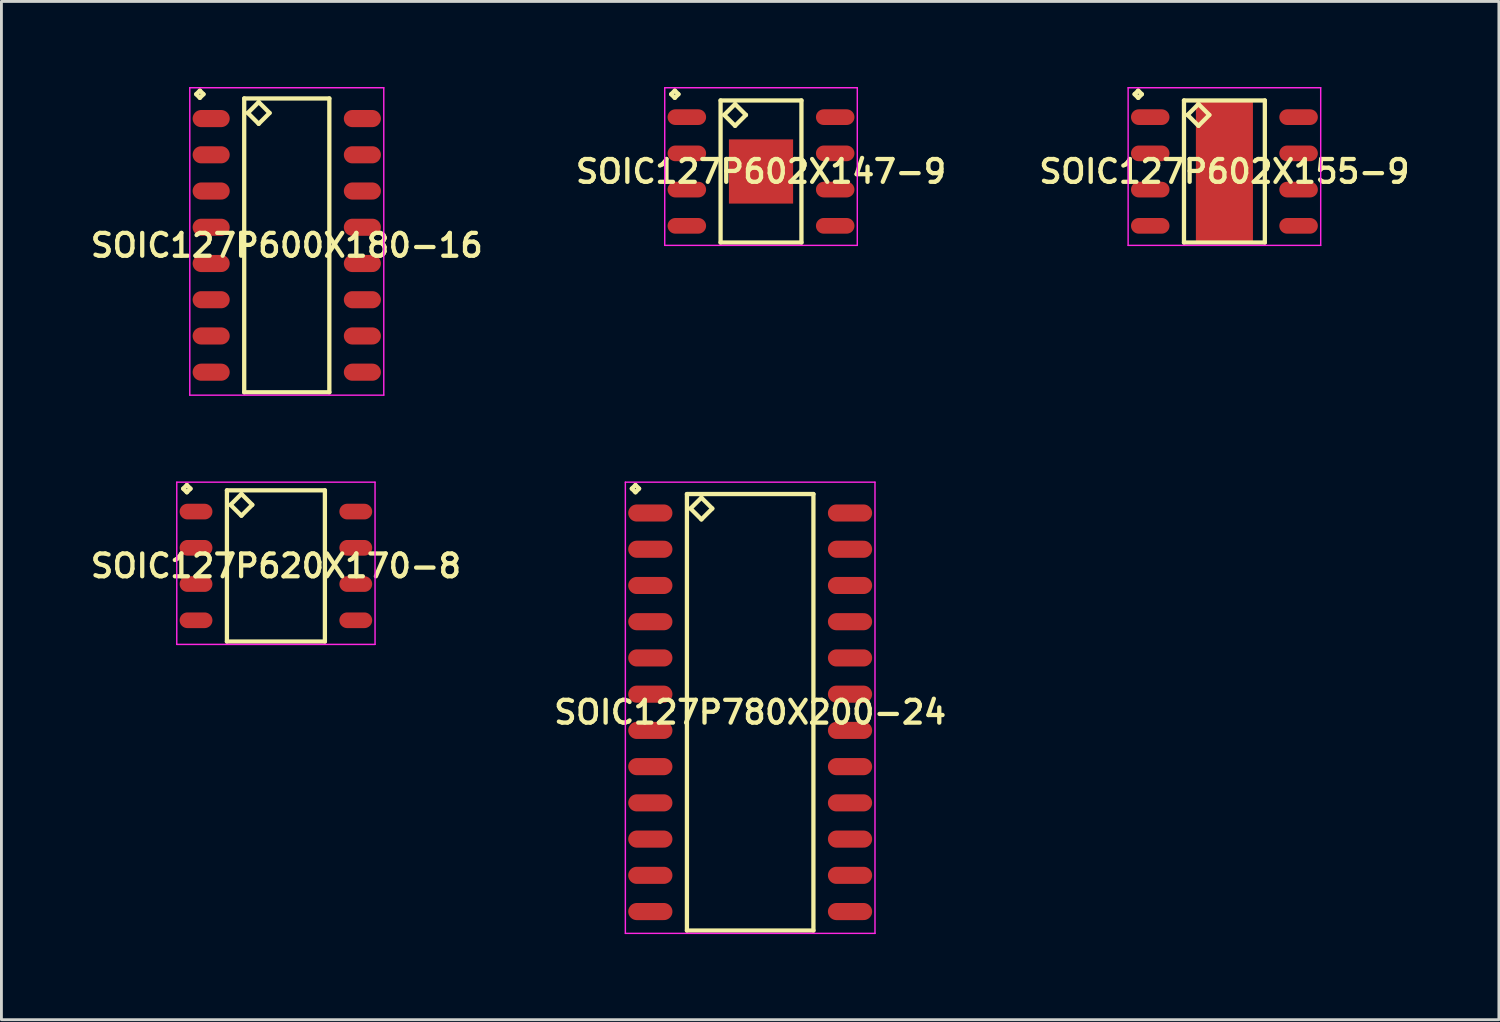
<source format=kicad_pcb>
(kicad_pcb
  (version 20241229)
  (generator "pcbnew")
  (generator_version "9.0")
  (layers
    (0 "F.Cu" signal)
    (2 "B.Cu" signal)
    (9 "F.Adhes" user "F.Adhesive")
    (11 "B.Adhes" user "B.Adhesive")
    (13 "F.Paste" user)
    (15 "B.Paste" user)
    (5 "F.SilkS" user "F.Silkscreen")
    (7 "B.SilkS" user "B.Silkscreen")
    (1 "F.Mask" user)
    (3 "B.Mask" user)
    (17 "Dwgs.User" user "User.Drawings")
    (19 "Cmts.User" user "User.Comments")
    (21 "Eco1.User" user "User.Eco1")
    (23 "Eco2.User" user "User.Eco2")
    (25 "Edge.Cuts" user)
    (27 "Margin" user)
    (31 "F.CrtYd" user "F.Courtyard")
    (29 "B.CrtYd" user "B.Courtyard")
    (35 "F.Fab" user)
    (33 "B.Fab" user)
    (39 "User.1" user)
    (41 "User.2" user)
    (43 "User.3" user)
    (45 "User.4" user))
  (footprint "SOIC127P602X155-9"
    (layer "F.Cu")
    (at 39.868 2.961)
    (property "Reference" "SOIC127P602X155-9" (at 0 0 0) (layer "F.SilkS") (effects (font (size 0.8 0.8) (thickness 0.15))))
    (attr smd)
    (fp_line (start -3.148 -2.709) (end -3.021 -2.836) (stroke (width 0.15) (type solid)) (layer "F.SilkS"))
    (fp_line (start -3.021 -2.836) (end -2.894 -2.709) (stroke (width 0.15) (type solid)) (layer "F.SilkS"))
    (fp_line (start -3.021 -2.582) (end -3.148 -2.709) (stroke (width 0.15) (type solid)) (layer "F.SilkS"))
    (fp_line (start -2.894 -2.709) (end -3.021 -2.582) (stroke (width 0.15) (type solid)) (layer "F.SilkS"))
    (fp_line (start -1.417 -2.49) (end -1.417 2.49) (stroke (width 0.15) (type solid)) (layer "F.SilkS"))
    (fp_line (start -1.417 2.49) (end 1.417 2.49) (stroke (width 0.15) (type solid)) (layer "F.SilkS"))
    (fp_line (start -1.29 -1.982) (end -0.909 -2.363) (stroke (width 0.15) (type solid)) (layer "F.SilkS"))
    (fp_line (start -0.909 -2.363) (end -0.528 -1.982) (stroke (width 0.15) (type solid)) (layer "F.SilkS"))
    (fp_line (start -0.909 -1.601) (end -1.29 -1.982) (stroke (width 0.15) (type solid)) (layer "F.SilkS"))
    (fp_line (start -0.528 -1.982) (end -0.909 -1.601) (stroke (width 0.15) (type solid)) (layer "F.SilkS"))
    (fp_line (start 1.417 -2.49) (end -1.417 -2.49) (stroke (width 0.15) (type solid)) (layer "F.SilkS"))
    (fp_line (start 1.417 2.49) (end 1.417 -2.49) (stroke (width 0.15) (type solid)) (layer "F.SilkS"))
    (fp_line (start -3.375 -2.936) (end 3.375 -2.936) (stroke (width 0.05) (type solid)) (layer "F.CrtYd"))
    (fp_line (start -3.375 2.59) (end -3.375 -2.936) (stroke (width 0.05) (type solid)) (layer "F.CrtYd"))
    (fp_line (start 3.375 -2.936) (end 3.375 2.59) (stroke (width 0.05) (type solid)) (layer "F.CrtYd"))
    (fp_line (start 3.375 2.59) (end -3.375 2.59) (stroke (width 0.05) (type solid)) (layer "F.CrtYd"))
    (pad "1" smd oval (at -2.6 -1.905) (size 1.35 0.55) (layers "F.Cu" "F.Mask" "F.Paste"))
    (pad "2" smd oval (at -2.6 -0.635) (size 1.35 0.55) (layers "F.Cu" "F.Mask" "F.Paste"))
    (pad "3" smd oval (at -2.6 0.635) (size 1.35 0.55) (layers "F.Cu" "F.Mask" "F.Paste"))
    (pad "4" smd oval (at -2.6 1.905) (size 1.35 0.55) (layers "F.Cu" "F.Mask" "F.Paste"))
    (pad "5" smd oval (at 2.6 1.905) (size 1.35 0.55) (layers "F.Cu" "F.Mask" "F.Paste"))
    (pad "6" smd oval (at 2.6 0.635) (size 1.35 0.55) (layers "F.Cu" "F.Mask" "F.Paste"))
    (pad "7" smd oval (at 2.6 -0.635) (size 1.35 0.55) (layers "F.Cu" "F.Mask" "F.Paste"))
    (pad "8" smd oval (at 2.6 -1.905) (size 1.35 0.55) (layers "F.Cu" "F.Mask" "F.Paste"))
    (pad "9" smd rect (at 0 0) (size 2 4.95) (layers "F.Cu" "F.Mask" "F.Paste")))
  (footprint "SOIC127P620X170-8"
    (layer "F.Cu")
    (at 6.621 16.787)
    (property "Reference" "SOIC127P620X170-8" (at 0 0 0) (layer "F.SilkS") (effects (font (size 0.8 0.8) (thickness 0.15))))
    (attr smd)
    (fp_line (start -3.248 -2.709) (end -3.121 -2.836) (stroke (width 0.15) (type solid)) (layer "F.SilkS"))
    (fp_line (start -3.121 -2.836) (end -2.994 -2.709) (stroke (width 0.15) (type solid)) (layer "F.SilkS"))
    (fp_line (start -3.121 -2.582) (end -3.248 -2.709) (stroke (width 0.15) (type solid)) (layer "F.SilkS"))
    (fp_line (start -2.994 -2.709) (end -3.121 -2.582) (stroke (width 0.15) (type solid)) (layer "F.SilkS"))
    (fp_line (start -1.717 -2.65) (end -1.717 2.65) (stroke (width 0.15) (type solid)) (layer "F.SilkS"))
    (fp_line (start -1.717 2.65) (end 1.717 2.65) (stroke (width 0.15) (type solid)) (layer "F.SilkS"))
    (fp_line (start -1.59 -2.142) (end -1.209 -2.523) (stroke (width 0.15) (type solid)) (layer "F.SilkS"))
    (fp_line (start -1.209 -2.523) (end -0.828 -2.142) (stroke (width 0.15) (type solid)) (layer "F.SilkS"))
    (fp_line (start -1.209 -1.761) (end -1.59 -2.142) (stroke (width 0.15) (type solid)) (layer "F.SilkS"))
    (fp_line (start -0.828 -2.142) (end -1.209 -1.761) (stroke (width 0.15) (type solid)) (layer "F.SilkS"))
    (fp_line (start 1.717 -2.65) (end -1.717 -2.65) (stroke (width 0.15) (type solid)) (layer "F.SilkS"))
    (fp_line (start 1.717 2.65) (end 1.717 -2.65) (stroke (width 0.15) (type solid)) (layer "F.SilkS"))
    (fp_line (start -3.475 -2.936) (end 3.475 -2.936) (stroke (width 0.05) (type solid)) (layer "F.CrtYd"))
    (fp_line (start -3.475 2.75) (end -3.475 -2.936) (stroke (width 0.05) (type solid)) (layer "F.CrtYd"))
    (fp_line (start 3.475 -2.936) (end 3.475 2.75) (stroke (width 0.05) (type solid)) (layer "F.CrtYd"))
    (fp_line (start 3.475 2.75) (end -3.475 2.75) (stroke (width 0.05) (type solid)) (layer "F.CrtYd"))
    (pad "1" smd oval (at -2.8 -1.905) (size 1.15 0.55) (layers "F.Cu" "F.Mask" "F.Paste"))
    (pad "2" smd oval (at -2.8 -0.635) (size 1.15 0.55) (layers "F.Cu" "F.Mask" "F.Paste"))
    (pad "3" smd oval (at -2.8 0.635) (size 1.15 0.55) (layers "F.Cu" "F.Mask" "F.Paste"))
    (pad "4" smd oval (at -2.8 1.905) (size 1.15 0.55) (layers "F.Cu" "F.Mask" "F.Paste"))
    (pad "5" smd oval (at 2.8 1.905) (size 1.15 0.55) (layers "F.Cu" "F.Mask" "F.Paste"))
    (pad "6" smd oval (at 2.8 0.635) (size 1.15 0.55) (layers "F.Cu" "F.Mask" "F.Paste"))
    (pad "7" smd oval (at 2.8 -0.635) (size 1.15 0.55) (layers "F.Cu" "F.Mask" "F.Paste"))
    (pad "8" smd oval (at 2.8 -1.905) (size 1.15 0.55) (layers "F.Cu" "F.Mask" "F.Paste")))
  (footprint "SOIC127P600X180-16"
    (layer "F.Cu")
    (at 7.002 5.551)
    (property "Reference" "SOIC127P600X180-16" (at 0 0 0) (layer "F.SilkS") (effects (font (size 0.8 0.8) (thickness 0.15))))
    (attr smd)
    (fp_line (start -3.173 -5.299) (end -3.046 -5.426) (stroke (width 0.15) (type solid)) (layer "F.SilkS"))
    (fp_line (start -3.046 -5.426) (end -2.919 -5.299) (stroke (width 0.15) (type solid)) (layer "F.SilkS"))
    (fp_line (start -3.046 -5.172) (end -3.173 -5.299) (stroke (width 0.15) (type solid)) (layer "F.SilkS"))
    (fp_line (start -2.919 -5.299) (end -3.046 -5.172) (stroke (width 0.15) (type solid)) (layer "F.SilkS"))
    (fp_line (start -1.492 -5.15) (end -1.492 5.15) (stroke (width 0.15) (type solid)) (layer "F.SilkS"))
    (fp_line (start -1.492 5.15) (end 1.492 5.15) (stroke (width 0.15) (type solid)) (layer "F.SilkS"))
    (fp_line (start -1.365 -4.642) (end -0.984 -5.023) (stroke (width 0.15) (type solid)) (layer "F.SilkS"))
    (fp_line (start -0.984 -5.023) (end -0.603 -4.642) (stroke (width 0.15) (type solid)) (layer "F.SilkS"))
    (fp_line (start -0.984 -4.261) (end -1.365 -4.642) (stroke (width 0.15) (type solid)) (layer "F.SilkS"))
    (fp_line (start -0.603 -4.642) (end -0.984 -4.261) (stroke (width 0.15) (type solid)) (layer "F.SilkS"))
    (fp_line (start 1.492 -5.15) (end -1.492 -5.15) (stroke (width 0.15) (type solid)) (layer "F.SilkS"))
    (fp_line (start 1.492 5.15) (end 1.492 -5.15) (stroke (width 0.15) (type solid)) (layer "F.SilkS"))
    (fp_line (start -3.4 -5.526) (end 3.4 -5.526) (stroke (width 0.05) (type solid)) (layer "F.CrtYd"))
    (fp_line (start -3.4 5.25) (end -3.4 -5.526) (stroke (width 0.05) (type solid)) (layer "F.CrtYd"))
    (fp_line (start 3.4 -5.526) (end 3.4 5.25) (stroke (width 0.05) (type solid)) (layer "F.CrtYd"))
    (fp_line (start 3.4 5.25) (end -3.4 5.25) (stroke (width 0.05) (type solid)) (layer "F.CrtYd"))
    (pad "1" smd oval (at -2.65 -4.445) (size 1.3 0.6) (layers "F.Cu" "F.Mask" "F.Paste"))
    (pad "2" smd oval (at -2.65 -3.175) (size 1.3 0.6) (layers "F.Cu" "F.Mask" "F.Paste"))
    (pad "3" smd oval (at -2.65 -1.905) (size 1.3 0.6) (layers "F.Cu" "F.Mask" "F.Paste"))
    (pad "4" smd oval (at -2.65 -0.635) (size 1.3 0.6) (layers "F.Cu" "F.Mask" "F.Paste"))
    (pad "5" smd oval (at -2.65 0.635) (size 1.3 0.6) (layers "F.Cu" "F.Mask" "F.Paste"))
    (pad "6" smd oval (at -2.65 1.905) (size 1.3 0.6) (layers "F.Cu" "F.Mask" "F.Paste"))
    (pad "7" smd oval (at -2.65 3.175) (size 1.3 0.6) (layers "F.Cu" "F.Mask" "F.Paste"))
    (pad "8" smd oval (at -2.65 4.445) (size 1.3 0.6) (layers "F.Cu" "F.Mask" "F.Paste"))
    (pad "9" smd oval (at 2.65 4.445) (size 1.3 0.6) (layers "F.Cu" "F.Mask" "F.Paste"))
    (pad "10" smd oval (at 2.65 3.175) (size 1.3 0.6) (layers "F.Cu" "F.Mask" "F.Paste"))
    (pad "11" smd oval (at 2.65 1.905) (size 1.3 0.6) (layers "F.Cu" "F.Mask" "F.Paste"))
    (pad "12" smd oval (at 2.65 0.635) (size 1.3 0.6) (layers "F.Cu" "F.Mask" "F.Paste"))
    (pad "13" smd oval (at 2.65 -0.635) (size 1.3 0.6) (layers "F.Cu" "F.Mask" "F.Paste"))
    (pad "14" smd oval (at 2.65 -1.905) (size 1.3 0.6) (layers "F.Cu" "F.Mask" "F.Paste"))
    (pad "15" smd oval (at 2.65 -3.175) (size 1.3 0.6) (layers "F.Cu" "F.Mask" "F.Paste"))
    (pad "16" smd oval (at 2.65 -4.445) (size 1.3 0.6) (layers "F.Cu" "F.Mask" "F.Paste")))
  (footprint "SOIC127P602X147-9"
    (layer "F.Cu")
    (at 23.625 2.961)
    (property "Reference" "SOIC127P602X147-9" (at 0 0 0) (layer "F.SilkS") (effects (font (size 0.8 0.8) (thickness 0.15))))
    (attr smd)
    (fp_line (start -3.148 -2.709) (end -3.021 -2.836) (stroke (width 0.15) (type solid)) (layer "F.SilkS"))
    (fp_line (start -3.021 -2.836) (end -2.894 -2.709) (stroke (width 0.15) (type solid)) (layer "F.SilkS"))
    (fp_line (start -3.021 -2.582) (end -3.148 -2.709) (stroke (width 0.15) (type solid)) (layer "F.SilkS"))
    (fp_line (start -2.894 -2.709) (end -3.021 -2.582) (stroke (width 0.15) (type solid)) (layer "F.SilkS"))
    (fp_line (start -1.417 -2.49) (end -1.417 2.49) (stroke (width 0.15) (type solid)) (layer "F.SilkS"))
    (fp_line (start -1.417 2.49) (end 1.417 2.49) (stroke (width 0.15) (type solid)) (layer "F.SilkS"))
    (fp_line (start -1.29 -1.982) (end -0.909 -2.363) (stroke (width 0.15) (type solid)) (layer "F.SilkS"))
    (fp_line (start -0.909 -2.363) (end -0.528 -1.982) (stroke (width 0.15) (type solid)) (layer "F.SilkS"))
    (fp_line (start -0.909 -1.601) (end -1.29 -1.982) (stroke (width 0.15) (type solid)) (layer "F.SilkS"))
    (fp_line (start -0.528 -1.982) (end -0.909 -1.601) (stroke (width 0.15) (type solid)) (layer "F.SilkS"))
    (fp_line (start 1.417 -2.49) (end -1.417 -2.49) (stroke (width 0.15) (type solid)) (layer "F.SilkS"))
    (fp_line (start 1.417 2.49) (end 1.417 -2.49) (stroke (width 0.15) (type solid)) (layer "F.SilkS"))
    (fp_line (start -3.375 -2.936) (end 3.375 -2.936) (stroke (width 0.05) (type solid)) (layer "F.CrtYd"))
    (fp_line (start -3.375 2.59) (end -3.375 -2.936) (stroke (width 0.05) (type solid)) (layer "F.CrtYd"))
    (fp_line (start 3.375 -2.936) (end 3.375 2.59) (stroke (width 0.05) (type solid)) (layer "F.CrtYd"))
    (fp_line (start 3.375 2.59) (end -3.375 2.59) (stroke (width 0.05) (type solid)) (layer "F.CrtYd"))
    (pad "1" smd oval (at -2.6 -1.905) (size 1.35 0.55) (layers "F.Cu" "F.Mask" "F.Paste"))
    (pad "2" smd oval (at -2.6 -0.635) (size 1.35 0.55) (layers "F.Cu" "F.Mask" "F.Paste"))
    (pad "3" smd oval (at -2.6 0.635) (size 1.35 0.55) (layers "F.Cu" "F.Mask" "F.Paste"))
    (pad "4" smd oval (at -2.6 1.905) (size 1.35 0.55) (layers "F.Cu" "F.Mask" "F.Paste"))
    (pad "5" smd oval (at 2.6 1.905) (size 1.35 0.55) (layers "F.Cu" "F.Mask" "F.Paste"))
    (pad "6" smd oval (at 2.6 0.635) (size 1.35 0.55) (layers "F.Cu" "F.Mask" "F.Paste"))
    (pad "7" smd oval (at 2.6 -0.635) (size 1.35 0.55) (layers "F.Cu" "F.Mask" "F.Paste"))
    (pad "8" smd oval (at 2.6 -1.905) (size 1.35 0.55) (layers "F.Cu" "F.Mask" "F.Paste"))
    (pad "9" smd rect (at 0 0) (size 2.25 2.25) (layers "F.Cu" "F.Mask" "F.Paste")))
  (footprint "SOIC127P780X200-24"
    (layer "F.Cu")
    (at 23.245 21.917)
    (property "Reference" "SOIC127P780X200-24" (at 0 0 0) (layer "F.SilkS") (effects (font (size 0.8 0.8) (thickness 0.15))))
    (attr smd)
    (fp_line (start -4.148 -7.839) (end -4.021 -7.966) (stroke (width 0.15) (type solid)) (layer "F.SilkS"))
    (fp_line (start -4.021 -7.966) (end -3.894 -7.839) (stroke (width 0.15) (type solid)) (layer "F.SilkS"))
    (fp_line (start -4.021 -7.712) (end -4.148 -7.839) (stroke (width 0.15) (type solid)) (layer "F.SilkS"))
    (fp_line (start -3.894 -7.839) (end -4.021 -7.712) (stroke (width 0.15) (type solid)) (layer "F.SilkS"))
    (fp_line (start -2.217 -7.65) (end -2.217 7.65) (stroke (width 0.15) (type solid)) (layer "F.SilkS"))
    (fp_line (start -2.217 7.65) (end 2.217 7.65) (stroke (width 0.15) (type solid)) (layer "F.SilkS"))
    (fp_line (start -2.09 -7.142) (end -1.709 -7.523) (stroke (width 0.15) (type solid)) (layer "F.SilkS"))
    (fp_line (start -1.709 -7.523) (end -1.328 -7.142) (stroke (width 0.15) (type solid)) (layer "F.SilkS"))
    (fp_line (start -1.709 -6.761) (end -2.09 -7.142) (stroke (width 0.15) (type solid)) (layer "F.SilkS"))
    (fp_line (start -1.328 -7.142) (end -1.709 -6.761) (stroke (width 0.15) (type solid)) (layer "F.SilkS"))
    (fp_line (start 2.217 -7.65) (end -2.217 -7.65) (stroke (width 0.15) (type solid)) (layer "F.SilkS"))
    (fp_line (start 2.217 7.65) (end 2.217 -7.65) (stroke (width 0.15) (type solid)) (layer "F.SilkS"))
    (fp_line (start -4.375 -8.066) (end 4.375 -8.066) (stroke (width 0.05) (type solid)) (layer "F.CrtYd"))
    (fp_line (start -4.375 7.75) (end -4.375 -8.066) (stroke (width 0.05) (type solid)) (layer "F.CrtYd"))
    (fp_line (start 4.375 -8.066) (end 4.375 7.75) (stroke (width 0.05) (type solid)) (layer "F.CrtYd"))
    (fp_line (start 4.375 7.75) (end -4.375 7.75) (stroke (width 0.05) (type solid)) (layer "F.CrtYd"))
    (pad "1" smd oval (at -3.5 -6.985) (size 1.55 0.6) (layers "F.Cu" "F.Mask" "F.Paste"))
    (pad "2" smd oval (at -3.5 -5.715) (size 1.55 0.6) (layers "F.Cu" "F.Mask" "F.Paste"))
    (pad "3" smd oval (at -3.5 -4.445) (size 1.55 0.6) (layers "F.Cu" "F.Mask" "F.Paste"))
    (pad "4" smd oval (at -3.5 -3.175) (size 1.55 0.6) (layers "F.Cu" "F.Mask" "F.Paste"))
    (pad "5" smd oval (at -3.5 -1.905) (size 1.55 0.6) (layers "F.Cu" "F.Mask" "F.Paste"))
    (pad "6" smd oval (at -3.5 -0.635) (size 1.55 0.6) (layers "F.Cu" "F.Mask" "F.Paste"))
    (pad "7" smd oval (at -3.5 0.635) (size 1.55 0.6) (layers "F.Cu" "F.Mask" "F.Paste"))
    (pad "8" smd oval (at -3.5 1.905) (size 1.55 0.6) (layers "F.Cu" "F.Mask" "F.Paste"))
    (pad "9" smd oval (at -3.5 3.175) (size 1.55 0.6) (layers "F.Cu" "F.Mask" "F.Paste"))
    (pad "10" smd oval (at -3.5 4.445) (size 1.55 0.6) (layers "F.Cu" "F.Mask" "F.Paste"))
    (pad "11" smd oval (at -3.5 5.715) (size 1.55 0.6) (layers "F.Cu" "F.Mask" "F.Paste"))
    (pad "12" smd oval (at -3.5 6.985) (size 1.55 0.6) (layers "F.Cu" "F.Mask" "F.Paste"))
    (pad "13" smd oval (at 3.5 6.985) (size 1.55 0.6) (layers "F.Cu" "F.Mask" "F.Paste"))
    (pad "14" smd oval (at 3.5 5.715) (size 1.55 0.6) (layers "F.Cu" "F.Mask" "F.Paste"))
    (pad "15" smd oval (at 3.5 4.445) (size 1.55 0.6) (layers "F.Cu" "F.Mask" "F.Paste"))
    (pad "16" smd oval (at 3.5 3.175) (size 1.55 0.6) (layers "F.Cu" "F.Mask" "F.Paste"))
    (pad "17" smd oval (at 3.5 1.905) (size 1.55 0.6) (layers "F.Cu" "F.Mask" "F.Paste"))
    (pad "18" smd oval (at 3.5 0.635) (size 1.55 0.6) (layers "F.Cu" "F.Mask" "F.Paste"))
    (pad "19" smd oval (at 3.5 -0.635) (size 1.55 0.6) (layers "F.Cu" "F.Mask" "F.Paste"))
    (pad "20" smd oval (at 3.5 -1.905) (size 1.55 0.6) (layers "F.Cu" "F.Mask" "F.Paste"))
    (pad "21" smd oval (at 3.5 -3.175) (size 1.55 0.6) (layers "F.Cu" "F.Mask" "F.Paste"))
    (pad "22" smd oval (at 3.5 -4.445) (size 1.55 0.6) (layers "F.Cu" "F.Mask" "F.Paste"))
    (pad "23" smd oval (at 3.5 -5.715) (size 1.55 0.6) (layers "F.Cu" "F.Mask" "F.Paste"))
    (pad "24" smd oval (at 3.5 -6.985) (size 1.55 0.6) (layers "F.Cu" "F.Mask" "F.Paste")))
  (gr_rect
    (start -3 -3)
    (end 49.489 32.692)
    (stroke (width 0.1) (type default))
    (fill no)
    (layer "Edge.Cuts")))
</source>
